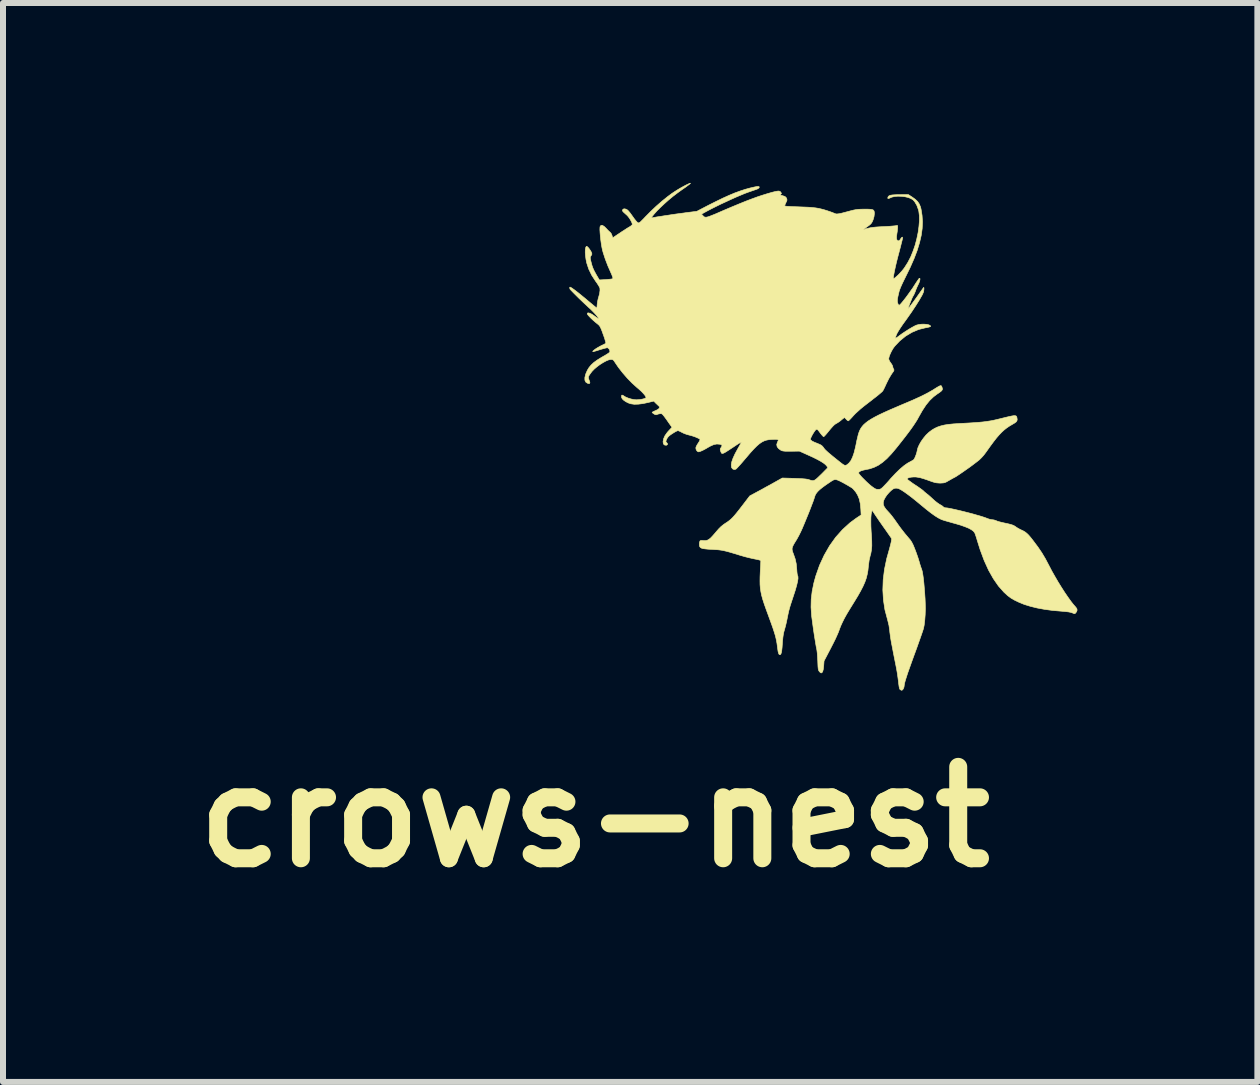
<source format=kicad_pcb>
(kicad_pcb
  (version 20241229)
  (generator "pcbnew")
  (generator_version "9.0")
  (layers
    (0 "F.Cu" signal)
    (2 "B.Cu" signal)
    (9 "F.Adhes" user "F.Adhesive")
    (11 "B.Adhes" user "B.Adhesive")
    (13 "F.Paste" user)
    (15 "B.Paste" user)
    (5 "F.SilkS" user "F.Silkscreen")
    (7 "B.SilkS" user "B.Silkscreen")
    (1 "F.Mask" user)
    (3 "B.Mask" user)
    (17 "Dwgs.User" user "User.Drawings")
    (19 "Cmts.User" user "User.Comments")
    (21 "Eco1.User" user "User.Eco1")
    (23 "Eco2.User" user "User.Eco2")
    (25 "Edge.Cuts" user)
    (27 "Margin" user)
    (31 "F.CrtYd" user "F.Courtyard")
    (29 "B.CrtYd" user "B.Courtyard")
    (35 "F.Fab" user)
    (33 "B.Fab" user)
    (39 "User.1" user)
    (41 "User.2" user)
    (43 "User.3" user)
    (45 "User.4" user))
  (footprint "crows-nest"
    (layer "F.Cu")
    (at 10.675 4.219)
    (property "Reference" "crows-nest" (at -3.81 6.35 0) (layer "F.SilkS") (effects (font (size 1.524 1.524) (thickness 0.3))))
    (attr through_hole)
    (fp_poly (pts (xy -2.214 -4.214) (xy -2.218 -4.208) (xy -2.235 -4.194) (xy -2.263 -4.173) (xy -2.299 -4.146) (xy -2.343 -4.116) (xy -2.357 -4.106) (xy -2.428 -4.055) (xy -2.503 -3.998) (xy -2.578 -3.936) (xy -2.65 -3.872) (xy -2.716 -3.81) (xy -2.774 -3.752) (xy -2.82 -3.7) (xy -2.824 -3.695) (xy -2.873 -3.634) (xy -2.844 -3.64) (xy -2.815 -3.645) (xy -2.772 -3.653) (xy -2.717 -3.661) (xy -2.655 -3.671) (xy -2.587 -3.681) (xy -2.517 -3.692) (xy -2.447 -3.702) (xy -2.38 -3.711) (xy -2.318 -3.719) (xy -2.292 -3.723) (xy -2.108 -3.746) (xy -1.916 -3.846) (xy -1.788 -3.91) (xy -1.673 -3.966) (xy -1.569 -4.013) (xy -1.473 -4.053) (xy -1.382 -4.086) (xy -1.296 -4.114) (xy -1.211 -4.137) (xy -1.2 -4.139) (xy -1.15 -4.151) (xy -1.114 -4.158) (xy -1.089 -4.161) (xy -1.075 -4.159) (xy -1.068 -4.154) (xy -1.067 -4.146) (xy -1.075 -4.133) (xy -1.097 -4.119) (xy -1.11 -4.114) (xy -1.135 -4.105) (xy -1.171 -4.093) (xy -1.214 -4.078) (xy -1.257 -4.063) (xy -1.311 -4.043) (xy -1.378 -4.015) (xy -1.454 -3.983) (xy -1.536 -3.946) (xy -1.622 -3.906) (xy -1.709 -3.866) (xy -1.792 -3.825) (xy -1.87 -3.786) (xy -1.94 -3.749) (xy -1.993 -3.72) (xy -2.03 -3.699) (xy -2.01 -3.678) (xy -1.999 -3.666) (xy -1.988 -3.656) (xy -1.977 -3.65) (xy -1.963 -3.648) (xy -1.944 -3.649) (xy -1.92 -3.655) (xy -1.888 -3.666) (xy -1.847 -3.682) (xy -1.795 -3.703) (xy -1.731 -3.731) (xy -1.662 -3.761) (xy -1.525 -3.819) (xy -1.402 -3.87) (xy -1.291 -3.915) (xy -1.191 -3.953) (xy -1.098 -3.987) (xy -1.013 -4.015) (xy -0.933 -4.04) (xy -0.856 -4.062) (xy -0.853 -4.063) (xy -0.804 -4.075) (xy -0.768 -4.082) (xy -0.743 -4.084) (xy -0.726 -4.08) (xy -0.714 -4.072) (xy -0.708 -4.064) (xy -0.698 -4.048) (xy -0.7 -4.038) (xy -0.708 -4.032) (xy -0.719 -4.022) (xy -0.719 -4.018) (xy -0.71 -4.016) (xy -0.689 -4.01) (xy -0.67 -4.004) (xy -0.64 -3.994) (xy -0.622 -3.979) (xy -0.612 -3.963) (xy -0.606 -3.944) (xy -0.606 -3.928) (xy -0.615 -3.906) (xy -0.624 -3.888) (xy -0.636 -3.861) (xy -0.642 -3.841) (xy -0.641 -3.835) (xy -0.632 -3.833) (xy -0.608 -3.83) (xy -0.572 -3.828) (xy -0.525 -3.825) (xy -0.471 -3.823) (xy -0.41 -3.821) (xy -0.394 -3.82) (xy -0.31 -3.817) (xy -0.239 -3.814) (xy -0.179 -3.809) (xy -0.126 -3.803) (xy -0.078 -3.795) (xy -0.03 -3.784) (xy 0.018 -3.771) (xy 0.072 -3.754) (xy 0.083 -3.75) (xy 0.119 -3.738) (xy 0.152 -3.726) (xy 0.177 -3.716) (xy 0.185 -3.713) (xy 0.201 -3.706) (xy 0.219 -3.702) (xy 0.241 -3.703) (xy 0.269 -3.707) (xy 0.307 -3.715) (xy 0.357 -3.728) (xy 0.406 -3.741) (xy 0.462 -3.756) (xy 0.506 -3.767) (xy 0.545 -3.774) (xy 0.582 -3.779) (xy 0.623 -3.781) (xy 0.673 -3.782) (xy 0.682 -3.782) (xy 0.739 -3.782) (xy 0.782 -3.78) (xy 0.812 -3.776) (xy 0.832 -3.769) (xy 0.844 -3.756) (xy 0.85 -3.739) (xy 0.852 -3.716) (xy 0.852 -3.708) (xy 0.846 -3.658) (xy 0.83 -3.603) (xy 0.829 -3.601) (xy 0.817 -3.573) (xy 0.805 -3.552) (xy 0.789 -3.533) (xy 0.766 -3.513) (xy 0.732 -3.489) (xy 0.703 -3.468) (xy 0.682 -3.452) (xy 0.673 -3.443) (xy 0.674 -3.442) (xy 0.714 -3.455) (xy 0.752 -3.465) (xy 0.79 -3.473) (xy 0.831 -3.479) (xy 0.88 -3.484) (xy 0.94 -3.488) (xy 1.003 -3.491) (xy 1.06 -3.494) (xy 1.112 -3.497) (xy 1.157 -3.501) (xy 1.192 -3.504) (xy 1.215 -3.507) (xy 1.222 -3.509) (xy 1.234 -3.512) (xy 1.239 -3.503) (xy 1.24 -3.48) (xy 1.238 -3.448) (xy 1.233 -3.407) (xy 1.228 -3.377) (xy 1.221 -3.323) (xy 1.222 -3.285) (xy 1.232 -3.263) (xy 1.245 -3.255) (xy 1.262 -3.255) (xy 1.278 -3.269) (xy 1.286 -3.282) (xy 1.305 -3.308) (xy 1.318 -3.316) (xy 1.323 -3.305) (xy 1.323 -3.302) (xy 1.32 -3.288) (xy 1.313 -3.257) (xy 1.301 -3.211) (xy 1.287 -3.154) (xy 1.27 -3.09) (xy 1.265 -3.07) (xy 1.242 -2.984) (xy 1.221 -2.901) (xy 1.203 -2.824) (xy 1.188 -2.755) (xy 1.177 -2.698) (xy 1.169 -2.655) (xy 1.167 -2.629) (xy 1.167 -2.624) (xy 1.175 -2.624) (xy 1.192 -2.635) (xy 1.217 -2.656) (xy 1.247 -2.683) (xy 1.278 -2.715) (xy 1.309 -2.749) (xy 1.337 -2.783) (xy 1.356 -2.809) (xy 1.411 -2.896) (xy 1.459 -2.989) (xy 1.498 -3.085) (xy 1.532 -3.184) (xy 1.559 -3.287) (xy 1.581 -3.392) (xy 1.595 -3.493) (xy 1.603 -3.588) (xy 1.602 -3.673) (xy 1.593 -3.745) (xy 1.588 -3.768) (xy 1.56 -3.845) (xy 1.524 -3.906) (xy 1.498 -3.935) (xy 1.463 -3.958) (xy 1.417 -3.976) (xy 1.362 -3.989) (xy 1.303 -3.996) (xy 1.244 -3.998) (xy 1.189 -3.993) (xy 1.142 -3.982) (xy 1.129 -3.976) (xy 1.099 -3.963) (xy 1.082 -3.959) (xy 1.075 -3.964) (xy 1.077 -3.977) (xy 1.078 -3.98) (xy 1.085 -3.995) (xy 1.099 -4.006) (xy 1.12 -4.014) (xy 1.152 -4.019) (xy 1.196 -4.022) (xy 1.254 -4.024) (xy 1.273 -4.024) (xy 1.418 -4.025) (xy 1.48 -3.985) (xy 1.533 -3.947) (xy 1.573 -3.909) (xy 1.601 -3.867) (xy 1.621 -3.819) (xy 1.63 -3.783) (xy 1.647 -3.677) (xy 1.654 -3.57) (xy 1.649 -3.459) (xy 1.633 -3.345) (xy 1.605 -3.224) (xy 1.566 -3.096) (xy 1.514 -2.959) (xy 1.449 -2.811) (xy 1.384 -2.678) (xy 1.346 -2.601) (xy 1.316 -2.539) (xy 1.293 -2.488) (xy 1.277 -2.448) (xy 1.265 -2.413) (xy 1.258 -2.384) (xy 1.245 -2.328) (xy 1.237 -2.287) (xy 1.235 -2.258) (xy 1.236 -2.236) (xy 1.241 -2.216) (xy 1.244 -2.209) (xy 1.254 -2.186) (xy 1.264 -2.181) (xy 1.274 -2.186) (xy 1.29 -2.201) (xy 1.316 -2.231) (xy 1.347 -2.27) (xy 1.383 -2.316) (xy 1.42 -2.367) (xy 1.457 -2.419) (xy 1.492 -2.468) (xy 1.52 -2.513) (xy 1.522 -2.515) (xy 1.548 -2.556) (xy 1.572 -2.591) (xy 1.59 -2.617) (xy 1.6 -2.629) (xy 1.601 -2.629) (xy 1.611 -2.628) (xy 1.612 -2.611) (xy 1.607 -2.584) (xy 1.594 -2.549) (xy 1.582 -2.524) (xy 1.562 -2.482) (xy 1.543 -2.436) (xy 1.534 -2.41) (xy 1.52 -2.376) (xy 1.507 -2.349) (xy 1.501 -2.339) (xy 1.492 -2.324) (xy 1.479 -2.297) (xy 1.464 -2.26) (xy 1.448 -2.221) (xy 1.433 -2.182) (xy 1.422 -2.15) (xy 1.416 -2.129) (xy 1.416 -2.124) (xy 1.422 -2.13) (xy 1.438 -2.15) (xy 1.461 -2.181) (xy 1.49 -2.22) (xy 1.522 -2.264) (xy 1.556 -2.311) (xy 1.59 -2.359) (xy 1.622 -2.405) (xy 1.65 -2.445) (xy 1.668 -2.47) (xy 1.675 -2.478) (xy 1.678 -2.469) (xy 1.678 -2.447) (xy 1.672 -2.404) (xy 1.652 -2.357) (xy 1.603 -2.271) (xy 1.543 -2.175) (xy 1.475 -2.072) (xy 1.4 -1.965) (xy 1.373 -1.927) (xy 1.327 -1.864) (xy 1.287 -1.805) (xy 1.255 -1.755) (xy 1.232 -1.715) (xy 1.224 -1.699) (xy 1.211 -1.666) (xy 1.203 -1.641) (xy 1.201 -1.63) (xy 1.209 -1.632) (xy 1.229 -1.644) (xy 1.255 -1.662) (xy 1.266 -1.671) (xy 1.318 -1.709) (xy 1.374 -1.746) (xy 1.429 -1.781) (xy 1.48 -1.811) (xy 1.524 -1.835) (xy 1.557 -1.85) (xy 1.558 -1.85) (xy 1.595 -1.859) (xy 1.636 -1.864) (xy 1.678 -1.865) (xy 1.718 -1.862) (xy 1.751 -1.856) (xy 1.776 -1.846) (xy 1.789 -1.834) (xy 1.79 -1.828) (xy 1.782 -1.823) (xy 1.762 -1.816) (xy 1.731 -1.809) (xy 1.703 -1.804) (xy 1.59 -1.776) (xy 1.479 -1.729) (xy 1.372 -1.665) (xy 1.274 -1.585) (xy 1.19 -1.496) (xy 1.162 -1.457) (xy 1.136 -1.412) (xy 1.114 -1.365) (xy 1.098 -1.322) (xy 1.091 -1.289) (xy 1.091 -1.286) (xy 1.097 -1.265) (xy 1.112 -1.237) (xy 1.124 -1.22) (xy 1.143 -1.193) (xy 1.155 -1.169) (xy 1.158 -1.158) (xy 1.163 -1.135) (xy 1.171 -1.118) (xy 1.178 -1.106) (xy 1.178 -1.095) (xy 1.171 -1.079) (xy 1.154 -1.055) (xy 1.143 -1.04) (xy 1.121 -1.005) (xy 1.094 -0.959) (xy 1.068 -0.907) (xy 1.054 -0.879) (xy 1.033 -0.833) (xy 1.014 -0.793) (xy 0.998 -0.762) (xy 0.99 -0.749) (xy 0.977 -0.736) (xy 0.953 -0.715) (xy 0.919 -0.686) (xy 0.878 -0.653) (xy 0.832 -0.618) (xy 0.819 -0.607) (xy 0.741 -0.547) (xy 0.675 -0.496) (xy 0.62 -0.451) (xy 0.575 -0.41) (xy 0.535 -0.374) (xy 0.501 -0.338) (xy 0.48 -0.314) (xy 0.454 -0.286) (xy 0.433 -0.265) (xy 0.419 -0.254) (xy 0.416 -0.253) (xy 0.404 -0.259) (xy 0.386 -0.275) (xy 0.382 -0.28) (xy 0.365 -0.298) (xy 0.354 -0.307) (xy 0.353 -0.307) (xy 0.344 -0.302) (xy 0.325 -0.287) (xy 0.3 -0.267) (xy 0.297 -0.263) (xy 0.266 -0.239) (xy 0.235 -0.219) (xy 0.212 -0.206) (xy 0.19 -0.192) (xy 0.16 -0.163) (xy 0.121 -0.119) (xy 0.098 -0.091) (xy 0.068 -0.054) (xy 0.041 -0.022) (xy 0.02 0.000085) (xy 0.008 0.011) (xy 0.006 0.011) (xy -0.004 0.004) (xy -0.023 -0.016) (xy -0.046 -0.044) (xy -0.053 -0.054) (xy -0.077 -0.086) (xy -0.093 -0.104) (xy -0.104 -0.112) (xy -0.114 -0.11) (xy -0.124 -0.105) (xy -0.138 -0.089) (xy -0.156 -0.063) (xy -0.177 -0.03) (xy -0.195 0.004) (xy -0.209 0.034) (xy -0.215 0.053) (xy -0.215 0.054) (xy -0.207 0.068) (xy -0.184 0.086) (xy -0.147 0.104) (xy -0.109 0.119) (xy -0.068 0.136) (xy -0.039 0.15) (xy -0.017 0.167) (xy 0.002 0.189) (xy 0.012 0.204) (xy 0.022 0.217) (xy 0.036 0.232) (xy 0.056 0.251) (xy 0.082 0.275) (xy 0.117 0.304) (xy 0.161 0.341) (xy 0.217 0.386) (xy 0.286 0.441) (xy 0.287 0.442) (xy 0.324 0.47) (xy 0.351 0.486) (xy 0.373 0.489) (xy 0.394 0.48) (xy 0.418 0.46) (xy 0.431 0.448) (xy 0.461 0.409) (xy 0.488 0.354) (xy 0.513 0.282) (xy 0.536 0.19) (xy 0.546 0.143) (xy 0.557 0.086) (xy 0.57 0.031) (xy 0.581 -0.015) (xy 0.588 -0.041) (xy 0.602 -0.08) (xy 0.619 -0.116) (xy 0.641 -0.15) (xy 0.668 -0.183) (xy 0.703 -0.215) (xy 0.745 -0.248) (xy 0.797 -0.281) (xy 0.858 -0.316) (xy 0.93 -0.353) (xy 1.015 -0.393) (xy 1.113 -0.437) (xy 1.225 -0.485) (xy 1.297 -0.516) (xy 1.399 -0.559) (xy 1.486 -0.596) (xy 1.561 -0.63) (xy 1.627 -0.66) (xy 1.685 -0.689) (xy 1.737 -0.716) (xy 1.785 -0.743) (xy 1.832 -0.77) (xy 1.852 -0.783) (xy 1.895 -0.81) (xy 1.926 -0.828) (xy 1.947 -0.838) (xy 1.96 -0.84) (xy 1.969 -0.836) (xy 1.975 -0.825) (xy 1.979 -0.815) (xy 1.986 -0.792) (xy 1.985 -0.773) (xy 1.974 -0.755) (xy 1.951 -0.736) (xy 1.916 -0.711) (xy 1.91 -0.708) (xy 1.84 -0.656) (xy 1.774 -0.593) (xy 1.712 -0.517) (xy 1.651 -0.424) (xy 1.588 -0.313) (xy 1.585 -0.307) (xy 1.563 -0.267) (xy 1.535 -0.223) (xy 1.502 -0.173) (xy 1.462 -0.116) (xy 1.413 -0.05) (xy 1.355 0.026) (xy 1.286 0.114) (xy 1.216 0.202) (xy 1.135 0.298) (xy 1.06 0.377) (xy 0.988 0.439) (xy 0.917 0.488) (xy 0.845 0.523) (xy 0.769 0.548) (xy 0.712 0.559) (xy 0.663 0.57) (xy 0.625 0.582) (xy 0.6 0.597) (xy 0.589 0.612) (xy 0.589 0.618) (xy 0.598 0.633) (xy 0.618 0.658) (xy 0.646 0.689) (xy 0.68 0.723) (xy 0.716 0.759) (xy 0.754 0.794) (xy 0.788 0.824) (xy 0.798 0.832) (xy 0.834 0.859) (xy 0.86 0.876) (xy 0.881 0.886) (xy 0.902 0.889) (xy 0.914 0.889) (xy 0.93 0.889) (xy 0.944 0.887) (xy 0.959 0.881) (xy 0.975 0.869) (xy 0.995 0.851) (xy 1.021 0.824) (xy 1.056 0.787) (xy 1.1 0.738) (xy 1.12 0.714) (xy 1.203 0.625) (xy 1.277 0.553) (xy 1.344 0.496) (xy 1.405 0.453) (xy 1.427 0.441) (xy 1.458 0.424) (xy 1.485 0.409) (xy 1.502 0.399) (xy 1.505 0.397) (xy 1.518 0.38) (xy 1.533 0.349) (xy 1.548 0.31) (xy 1.56 0.271) (xy 1.566 0.243) (xy 1.577 0.198) (xy 1.6 0.146) (xy 1.632 0.09) (xy 1.671 0.035) (xy 1.713 -0.016) (xy 1.757 -0.058) (xy 1.764 -0.064) (xy 1.81 -0.099) (xy 1.856 -0.127) (xy 1.905 -0.15) (xy 1.958 -0.168) (xy 2.018 -0.183) (xy 2.087 -0.194) (xy 2.168 -0.202) (xy 2.262 -0.208) (xy 2.274 -0.209) (xy 2.374 -0.214) (xy 2.461 -0.219) (xy 2.535 -0.224) (xy 2.598 -0.229) (xy 2.654 -0.234) (xy 2.704 -0.24) (xy 2.751 -0.247) (xy 2.796 -0.254) (xy 2.841 -0.263) (xy 2.89 -0.274) (xy 2.943 -0.287) (xy 2.976 -0.295) (xy 3.045 -0.312) (xy 3.1 -0.325) (xy 3.143 -0.334) (xy 3.174 -0.339) (xy 3.196 -0.339) (xy 3.211 -0.336) (xy 3.22 -0.329) (xy 3.226 -0.317) (xy 3.229 -0.303) (xy 3.233 -0.276) (xy 3.229 -0.255) (xy 3.217 -0.237) (xy 3.194 -0.219) (xy 3.157 -0.197) (xy 3.157 -0.197) (xy 3.106 -0.167) (xy 3.06 -0.136) (xy 3.018 -0.103) (xy 2.976 -0.065) (xy 2.934 -0.021) (xy 2.888 0.032) (xy 2.839 0.095) (xy 2.782 0.172) (xy 2.718 0.262) (xy 2.708 0.276) (xy 2.676 0.318) (xy 2.638 0.361) (xy 2.602 0.396) (xy 2.6 0.398) (xy 2.571 0.421) (xy 2.533 0.45) (xy 2.487 0.485) (xy 2.437 0.522) (xy 2.384 0.559) (xy 2.333 0.595) (xy 2.285 0.628) (xy 2.243 0.656) (xy 2.211 0.677) (xy 2.191 0.688) (xy 2.166 0.701) (xy 2.132 0.72) (xy 2.095 0.741) (xy 2.088 0.745) (xy 2.053 0.765) (xy 2.026 0.777) (xy 2 0.782) (xy 1.967 0.784) (xy 1.947 0.785) (xy 1.915 0.783) (xy 1.884 0.78) (xy 1.852 0.773) (xy 1.814 0.761) (xy 1.766 0.744) (xy 1.745 0.736) (xy 1.674 0.712) (xy 1.616 0.695) (xy 1.567 0.686) (xy 1.544 0.683) (xy 1.502 0.683) (xy 1.464 0.686) (xy 1.432 0.693) (xy 1.409 0.702) (xy 1.399 0.714) (xy 1.399 0.718) (xy 1.407 0.727) (xy 1.428 0.743) (xy 1.458 0.765) (xy 1.495 0.792) (xy 1.527 0.813) (xy 1.57 0.841) (xy 1.608 0.868) (xy 1.639 0.89) (xy 1.66 0.906) (xy 1.667 0.912) (xy 1.683 0.928) (xy 1.707 0.948) (xy 1.723 0.961) (xy 1.749 0.981) (xy 1.782 1.01) (xy 1.817 1.042) (xy 1.831 1.055) (xy 1.866 1.086) (xy 1.902 1.114) (xy 1.934 1.136) (xy 1.944 1.142) (xy 1.971 1.157) (xy 1.992 1.172) (xy 2.001 1.181) (xy 2.016 1.192) (xy 2.038 1.197) (xy 2.041 1.197) (xy 2.066 1.199) (xy 2.105 1.206) (xy 2.155 1.216) (xy 2.213 1.229) (xy 2.278 1.244) (xy 2.347 1.261) (xy 2.418 1.279) (xy 2.487 1.297) (xy 2.553 1.316) (xy 2.613 1.333) (xy 2.664 1.349) (xy 2.705 1.363) (xy 2.731 1.373) (xy 2.764 1.385) (xy 2.797 1.393) (xy 2.814 1.395) (xy 2.846 1.399) (xy 2.876 1.409) (xy 2.881 1.411) (xy 2.9 1.419) (xy 2.932 1.429) (xy 2.972 1.439) (xy 3.015 1.449) (xy 3.02 1.45) (xy 3.077 1.462) (xy 3.12 1.473) (xy 3.153 1.483) (xy 3.179 1.494) (xy 3.2 1.507) (xy 3.214 1.517) (xy 3.235 1.531) (xy 3.265 1.548) (xy 3.298 1.565) (xy 3.299 1.565) (xy 3.335 1.582) (xy 3.365 1.6) (xy 3.393 1.622) (xy 3.422 1.65) (xy 3.455 1.688) (xy 3.495 1.739) (xy 3.504 1.751) (xy 3.579 1.851) (xy 3.644 1.947) (xy 3.703 2.046) (xy 3.761 2.156) (xy 3.768 2.169) (xy 3.811 2.252) (xy 3.861 2.34) (xy 3.914 2.431) (xy 3.969 2.52) (xy 4.024 2.606) (xy 4.078 2.685) (xy 4.128 2.755) (xy 4.172 2.811) (xy 4.204 2.847) (xy 4.226 2.876) (xy 4.232 2.902) (xy 4.223 2.929) (xy 4.213 2.942) (xy 4.201 2.957) (xy 4.19 2.962) (xy 4.174 2.958) (xy 4.153 2.949) (xy 4.126 2.94) (xy 4.086 2.932) (xy 4.032 2.926) (xy 3.965 2.92) (xy 3.824 2.908) (xy 3.691 2.89) (xy 3.566 2.867) (xy 3.452 2.839) (xy 3.352 2.808) (xy 3.344 2.805) (xy 3.261 2.771) (xy 3.19 2.737) (xy 3.128 2.701) (xy 3.073 2.66) (xy 3.02 2.611) (xy 3.013 2.605) (xy 2.92 2.5) (xy 2.835 2.377) (xy 2.755 2.235) (xy 2.682 2.074) (xy 2.615 1.894) (xy 2.567 1.741) (xy 2.553 1.693) (xy 2.539 1.652) (xy 2.528 1.622) (xy 2.522 1.61) (xy 2.501 1.585) (xy 2.468 1.561) (xy 2.422 1.536) (xy 2.363 1.512) (xy 2.29 1.486) (xy 2.201 1.46) (xy 2.164 1.45) (xy 2.112 1.435) (xy 2.062 1.421) (xy 2.018 1.408) (xy 1.984 1.397) (xy 1.963 1.389) (xy 1.962 1.388) (xy 1.915 1.364) (xy 1.858 1.328) (xy 1.79 1.279) (xy 1.71 1.216) (xy 1.618 1.14) (xy 1.543 1.078) (xy 1.473 1.022) (xy 1.408 0.973) (xy 1.351 0.932) (xy 1.303 0.901) (xy 1.266 0.881) (xy 1.246 0.873) (xy 1.216 0.869) (xy 1.187 0.872) (xy 1.187 0.872) (xy 1.161 0.885) (xy 1.129 0.91) (xy 1.095 0.944) (xy 1.062 0.982) (xy 1.035 1.021) (xy 1.011 1.066) (xy 1 1.106) (xy 1.001 1.144) (xy 1.017 1.181) (xy 1.046 1.222) (xy 1.08 1.259) (xy 1.11 1.292) (xy 1.146 1.336) (xy 1.183 1.385) (xy 1.216 1.432) (xy 1.252 1.483) (xy 1.291 1.537) (xy 1.33 1.587) (xy 1.359 1.624) (xy 1.39 1.661) (xy 1.42 1.697) (xy 1.445 1.726) (xy 1.456 1.74) (xy 1.475 1.77) (xy 1.499 1.817) (xy 1.524 1.878) (xy 1.551 1.949) (xy 1.578 2.026) (xy 1.599 2.094) (xy 1.613 2.143) (xy 1.628 2.189) (xy 1.641 2.225) (xy 1.645 2.237) (xy 1.652 2.265) (xy 1.66 2.312) (xy 1.669 2.375) (xy 1.677 2.449) (xy 1.684 2.532) (xy 1.691 2.62) (xy 1.697 2.71) (xy 1.7 2.784) (xy 1.702 2.879) (xy 1.699 2.977) (xy 1.692 3.07) (xy 1.682 3.154) (xy 1.673 3.199) (xy 1.667 3.221) (xy 1.654 3.261) (xy 1.635 3.316) (xy 1.612 3.382) (xy 1.585 3.458) (xy 1.556 3.54) (xy 1.524 3.627) (xy 1.521 3.635) (xy 1.477 3.756) (xy 1.44 3.86) (xy 1.409 3.947) (xy 1.386 4.018) (xy 1.368 4.075) (xy 1.356 4.119) (xy 1.35 4.152) (xy 1.348 4.172) (xy 1.342 4.198) (xy 1.329 4.223) (xy 1.313 4.238) (xy 1.307 4.239) (xy 1.289 4.232) (xy 1.279 4.225) (xy 1.271 4.21) (xy 1.264 4.178) (xy 1.257 4.128) (xy 1.253 4.091) (xy 1.245 4.03) (xy 1.235 3.958) (xy 1.222 3.884) (xy 1.211 3.827) (xy 1.187 3.707) (xy 1.167 3.606) (xy 1.151 3.521) (xy 1.137 3.451) (xy 1.127 3.393) (xy 1.119 3.344) (xy 1.114 3.303) (xy 1.109 3.266) (xy 1.108 3.249) (xy 1.095 3.157) (xy 1.074 3.071) (xy 1.07 3.056) (xy 1.028 2.898) (xy 1.003 2.735) (xy 0.993 2.567) (xy 0.999 2.395) (xy 1.021 2.22) (xy 1.058 2.043) (xy 1.087 1.94) (xy 1.102 1.886) (xy 1.116 1.834) (xy 1.127 1.79) (xy 1.133 1.764) (xy 1.141 1.711) (xy 1.04 1.566) (xy 1.001 1.511) (xy 0.961 1.454) (xy 0.923 1.399) (xy 0.891 1.352) (xy 0.876 1.33) (xy 0.815 1.238) (xy 0.804 1.274) (xy 0.798 1.308) (xy 0.794 1.36) (xy 0.793 1.426) (xy 0.794 1.503) (xy 0.798 1.588) (xy 0.803 1.655) (xy 0.808 1.752) (xy 0.809 1.833) (xy 0.803 1.901) (xy 0.792 1.962) (xy 0.782 1.996) (xy 0.765 2.07) (xy 0.753 2.16) (xy 0.752 2.169) (xy 0.745 2.239) (xy 0.733 2.305) (xy 0.717 2.37) (xy 0.694 2.435) (xy 0.663 2.505) (xy 0.624 2.581) (xy 0.576 2.666) (xy 0.517 2.763) (xy 0.501 2.789) (xy 0.441 2.886) (xy 0.391 2.969) (xy 0.351 3.041) (xy 0.319 3.105) (xy 0.293 3.162) (xy 0.272 3.215) (xy 0.264 3.238) (xy 0.251 3.273) (xy 0.23 3.321) (xy 0.203 3.381) (xy 0.17 3.448) (xy 0.134 3.518) (xy 0.126 3.534) (xy 0.013 3.75) (xy 0.007 3.831) (xy -0.00013 3.891) (xy -0.011 3.931) (xy -0.027 3.949) (xy -0.045 3.947) (xy -0.067 3.925) (xy -0.075 3.912) (xy -0.081 3.897) (xy -0.085 3.876) (xy -0.088 3.844) (xy -0.09 3.798) (xy -0.092 3.747) (xy -0.096 3.681) (xy -0.1 3.621) (xy -0.106 3.572) (xy -0.111 3.542) (xy -0.119 3.506) (xy -0.128 3.452) (xy -0.139 3.385) (xy -0.151 3.31) (xy -0.163 3.23) (xy -0.174 3.15) (xy -0.184 3.075) (xy -0.193 3.008) (xy -0.195 2.987) (xy -0.204 2.853) (xy -0.201 2.721) (xy -0.185 2.588) (xy -0.157 2.45) (xy -0.125 2.334) (xy -0.062 2.155) (xy 0.015 1.988) (xy 0.105 1.831) (xy 0.207 1.688) (xy 0.321 1.56) (xy 0.445 1.447) (xy 0.548 1.371) (xy 0.631 1.316) (xy 0.626 1.219) (xy 0.617 1.127) (xy 0.6 1.05) (xy 0.573 0.985) (xy 0.544 0.937) (xy 0.519 0.906) (xy 0.495 0.879) (xy 0.477 0.864) (xy 0.404 0.82) (xy 0.34 0.784) (xy 0.287 0.756) (xy 0.246 0.737) (xy 0.218 0.728) (xy 0.215 0.727) (xy 0.2 0.726) (xy 0.185 0.728) (xy 0.168 0.734) (xy 0.146 0.746) (xy 0.117 0.765) (xy 0.077 0.792) (xy 0.046 0.813) (xy -0.013 0.856) (xy -0.059 0.893) (xy -0.093 0.926) (xy -0.118 0.957) (xy -0.135 0.988) (xy -0.147 1.022) (xy -0.149 1.031) (xy -0.157 1.055) (xy -0.171 1.095) (xy -0.192 1.149) (xy -0.217 1.215) (xy -0.246 1.289) (xy -0.279 1.369) (xy -0.313 1.452) (xy -0.348 1.535) (xy -0.349 1.538) (xy -0.376 1.597) (xy -0.408 1.661) (xy -0.441 1.721) (xy -0.459 1.75) (xy -0.489 1.799) (xy -0.509 1.838) (xy -0.519 1.869) (xy -0.519 1.899) (xy -0.511 1.931) (xy -0.496 1.97) (xy -0.469 2.047) (xy -0.451 2.128) (xy -0.442 2.222) (xy -0.442 2.225) (xy -0.439 2.267) (xy -0.435 2.301) (xy -0.431 2.32) (xy -0.43 2.322) (xy -0.422 2.343) (xy -0.421 2.378) (xy -0.429 2.427) (xy -0.444 2.491) (xy -0.467 2.572) (xy -0.499 2.67) (xy -0.504 2.685) (xy -0.529 2.761) (xy -0.549 2.822) (xy -0.564 2.874) (xy -0.577 2.923) (xy -0.588 2.974) (xy -0.6 3.033) (xy -0.603 3.049) (xy -0.615 3.106) (xy -0.63 3.169) (xy -0.645 3.223) (xy -0.657 3.265) (xy -0.666 3.308) (xy -0.673 3.357) (xy -0.679 3.419) (xy -0.682 3.46) (xy -0.687 3.53) (xy -0.693 3.582) (xy -0.7 3.616) (xy -0.708 3.636) (xy -0.718 3.645) (xy -0.723 3.646) (xy -0.736 3.641) (xy -0.745 3.623) (xy -0.754 3.59) (xy -0.761 3.539) (xy -0.765 3.512) (xy -0.771 3.463) (xy -0.779 3.417) (xy -0.789 3.37) (xy -0.802 3.319) (xy -0.82 3.261) (xy -0.842 3.194) (xy -0.871 3.113) (xy -0.906 3.017) (xy -0.912 3) (xy -0.951 2.894) (xy -0.983 2.804) (xy -1.008 2.727) (xy -1.027 2.659) (xy -1.04 2.597) (xy -1.049 2.538) (xy -1.054 2.478) (xy -1.055 2.415) (xy -1.054 2.345) (xy -1.051 2.277) (xy -1.048 2.216) (xy -1.045 2.163) (xy -1.043 2.12) (xy -1.042 2.093) (xy -1.042 2.086) (xy -1.044 2.078) (xy -1.053 2.071) (xy -1.072 2.065) (xy -1.102 2.058) (xy -1.143 2.05) (xy -1.19 2.04) (xy -1.246 2.027) (xy -1.305 2.012) (xy -1.361 1.996) (xy -1.373 1.993) (xy -1.452 1.968) (xy -1.517 1.949) (xy -1.571 1.933) (xy -1.617 1.921) (xy -1.655 1.912) (xy -1.69 1.905) (xy -1.724 1.9) (xy -1.758 1.896) (xy -1.795 1.894) (xy -1.838 1.891) (xy -1.852 1.89) (xy -1.917 1.887) (xy -1.967 1.882) (xy -2.004 1.877) (xy -2.031 1.869) (xy -2.048 1.859) (xy -2.059 1.845) (xy -2.064 1.828) (xy -2.065 1.815) (xy -2.065 1.783) (xy -2.059 1.759) (xy -2.053 1.747) (xy -2.042 1.742) (xy -2.022 1.741) (xy -1.998 1.743) (xy -1.966 1.744) (xy -1.938 1.739) (xy -1.911 1.726) (xy -1.881 1.703) (xy -1.847 1.668) (xy -1.805 1.62) (xy -1.79 1.602) (xy -1.745 1.55) (xy -1.706 1.511) (xy -1.668 1.48) (xy -1.637 1.458) (xy -1.601 1.435) (xy -1.57 1.412) (xy -1.542 1.389) (xy -1.513 1.361) (xy -1.482 1.327) (xy -1.447 1.285) (xy -1.404 1.231) (xy -1.359 1.173) (xy -1.226 0.999) (xy -1.082 0.921) (xy -1.024 0.89) (xy -0.96 0.854) (xy -0.895 0.819) (xy -0.836 0.786) (xy -0.811 0.772) (xy -0.683 0.7) (xy -0.484 0.706) (xy -0.409 0.709) (xy -0.348 0.712) (xy -0.3 0.716) (xy -0.264 0.721) (xy -0.238 0.728) (xy -0.236 0.729) (xy -0.206 0.739) (xy -0.182 0.744) (xy -0.162 0.743) (xy -0.141 0.734) (xy -0.117 0.717) (xy -0.086 0.689) (xy -0.046 0.65) (xy -0.036 0.641) (xy -0.000192 0.605) (xy 0.031 0.573) (xy 0.055 0.549) (xy 0.07 0.534) (xy 0.074 0.531) (xy 0.071 0.521) (xy 0.06 0.503) (xy 0.057 0.499) (xy 0.036 0.476) (xy 0.004 0.451) (xy -0.04 0.423) (xy -0.098 0.391) (xy -0.17 0.355) (xy -0.238 0.324) (xy -0.398 0.252) (xy -0.536 0.254) (xy -0.59 0.254) (xy -0.63 0.254) (xy -0.66 0.251) (xy -0.682 0.247) (xy -0.699 0.241) (xy -0.707 0.237) (xy -0.746 0.209) (xy -0.769 0.178) (xy -0.776 0.143) (xy -0.766 0.107) (xy -0.76 0.095) (xy -0.752 0.078) (xy -0.75 0.067) (xy -0.758 0.059) (xy -0.776 0.056) (xy -0.807 0.055) (xy -0.852 0.057) (xy -0.862 0.057) (xy -0.907 0.061) (xy -0.949 0.069) (xy -0.987 0.082) (xy -1.026 0.102) (xy -1.065 0.129) (xy -1.108 0.166) (xy -1.156 0.214) (xy -1.211 0.274) (xy -1.274 0.348) (xy -1.31 0.39) (xy -1.35 0.437) (xy -1.386 0.478) (xy -1.418 0.513) (xy -1.442 0.539) (xy -1.456 0.552) (xy -1.458 0.553) (xy -1.486 0.559) (xy -1.512 0.548) (xy -1.529 0.525) (xy -1.53 0.52) (xy -1.534 0.481) (xy -1.526 0.432) (xy -1.505 0.371) (xy -1.472 0.299) (xy -1.426 0.214) (xy -1.414 0.192) (xy -1.393 0.156) (xy -1.377 0.126) (xy -1.369 0.107) (xy -1.367 0.102) (xy -1.376 0.105) (xy -1.396 0.117) (xy -1.427 0.136) (xy -1.465 0.161) (xy -1.508 0.19) (xy -1.51 0.191) (xy -1.566 0.228) (xy -1.609 0.256) (xy -1.642 0.276) (xy -1.665 0.287) (xy -1.681 0.291) (xy -1.692 0.289) (xy -1.7 0.28) (xy -1.706 0.266) (xy -1.709 0.259) (xy -1.717 0.233) (xy -1.718 0.217) (xy -1.71 0.201) (xy -1.705 0.194) (xy -1.69 0.169) (xy -1.69 0.153) (xy -1.704 0.142) (xy -1.725 0.137) (xy -1.775 0.133) (xy -1.826 0.143) (xy -1.882 0.168) (xy -1.906 0.181) (xy -1.961 0.213) (xy -2.008 0.238) (xy -2.047 0.255) (xy -2.074 0.263) (xy -2.079 0.264) (xy -2.101 0.254) (xy -2.118 0.23) (xy -2.125 0.199) (xy -2.119 0.178) (xy -2.104 0.148) (xy -2.086 0.12) (xy -2.066 0.088) (xy -2.056 0.065) (xy -2.055 0.055) (xy -2.07 0.044) (xy -2.097 0.031) (xy -2.132 0.016) (xy -2.172 0.002) (xy -2.212 -0.01) (xy -2.237 -0.016) (xy -2.277 -0.027) (xy -2.321 -0.043) (xy -2.356 -0.06) (xy -2.385 -0.075) (xy -2.41 -0.086) (xy -2.424 -0.09) (xy -2.424 -0.09) (xy -2.44 -0.084) (xy -2.467 -0.071) (xy -2.498 -0.052) (xy -2.531 -0.031) (xy -2.56 -0.01) (xy -2.581 0.008) (xy -2.586 0.014) (xy -2.605 0.041) (xy -2.617 0.067) (xy -2.624 0.088) (xy -2.62 0.101) (xy -2.612 0.108) (xy -2.597 0.127) (xy -2.598 0.143) (xy -2.613 0.153) (xy -2.624 0.154) (xy -2.651 0.148) (xy -2.666 0.128) (xy -2.671 0.094) (xy -2.662 0.046) (xy -2.639 -0.006) (xy -2.601 -0.06) (xy -2.578 -0.086) (xy -2.522 -0.145) (xy -2.57 -0.212) (xy -2.608 -0.267) (xy -2.637 -0.307) (xy -2.659 -0.336) (xy -2.675 -0.355) (xy -2.686 -0.366) (xy -2.696 -0.371) (xy -2.705 -0.373) (xy -2.712 -0.373) (xy -2.741 -0.369) (xy -2.766 -0.361) (xy -2.787 -0.354) (xy -2.807 -0.359) (xy -2.822 -0.368) (xy -2.841 -0.381) (xy -2.852 -0.392) (xy -2.853 -0.395) (xy -2.845 -0.401) (xy -2.826 -0.411) (xy -2.799 -0.423) (xy -2.798 -0.423) (xy -2.761 -0.441) (xy -2.738 -0.459) (xy -2.729 -0.478) (xy -2.736 -0.494) (xy -2.74 -0.498) (xy -2.755 -0.512) (xy -2.777 -0.533) (xy -2.791 -0.546) (xy -2.826 -0.582) (xy -2.916 -0.56) (xy -3.004 -0.541) (xy -3.083 -0.531) (xy -3.151 -0.529) (xy -3.206 -0.537) (xy -3.209 -0.537) (xy -3.252 -0.552) (xy -3.291 -0.572) (xy -3.325 -0.595) (xy -3.35 -0.619) (xy -3.362 -0.641) (xy -3.362 -0.642) (xy -3.364 -0.671) (xy -3.356 -0.683) (xy -3.339 -0.678) (xy -3.328 -0.67) (xy -3.297 -0.651) (xy -3.255 -0.633) (xy -3.207 -0.618) (xy -3.159 -0.608) (xy -3.117 -0.604) (xy -3.082 -0.606) (xy -3.044 -0.61) (xy -3.008 -0.617) (xy -2.979 -0.625) (xy -2.96 -0.634) (xy -2.957 -0.636) (xy -2.957 -0.651) (xy -2.97 -0.674) (xy -2.995 -0.705) (xy -3.03 -0.742) (xy -3.075 -0.783) (xy -3.106 -0.809) (xy -3.185 -0.88) (xy -3.266 -0.963) (xy -3.344 -1.053) (xy -3.415 -1.144) (xy -3.465 -1.217) (xy -3.485 -1.248) (xy -3.5 -1.266) (xy -3.515 -1.274) (xy -3.534 -1.276) (xy -3.546 -1.276) (xy -3.579 -1.269) (xy -3.622 -1.251) (xy -3.67 -1.225) (xy -3.721 -1.193) (xy -3.771 -1.156) (xy -3.816 -1.118) (xy -3.853 -1.08) (xy -3.861 -1.07) (xy -3.885 -1.038) (xy -3.904 -1.01) (xy -3.914 -0.99) (xy -3.915 -0.987) (xy -3.914 -0.963) (xy -3.904 -0.931) (xy -3.902 -0.927) (xy -3.891 -0.896) (xy -3.894 -0.878) (xy -3.91 -0.874) (xy -3.931 -0.88) (xy -3.959 -0.899) (xy -3.974 -0.93) (xy -3.975 -0.973) (xy -3.962 -1.027) (xy -3.956 -1.044) (xy -3.933 -1.096) (xy -3.905 -1.142) (xy -3.87 -1.184) (xy -3.826 -1.225) (xy -3.771 -1.265) (xy -3.702 -1.308) (xy -3.664 -1.33) (xy -3.626 -1.352) (xy -3.594 -1.372) (xy -3.57 -1.389) (xy -3.559 -1.4) (xy -3.558 -1.402) (xy -3.559 -1.425) (xy -3.57 -1.449) (xy -3.588 -1.467) (xy -3.601 -1.472) (xy -3.617 -1.469) (xy -3.645 -1.462) (xy -3.682 -1.452) (xy -3.723 -1.44) (xy -3.726 -1.439) (xy -3.766 -1.426) (xy -3.8 -1.416) (xy -3.826 -1.409) (xy -3.839 -1.406) (xy -3.839 -1.406) (xy -3.844 -1.41) (xy -3.835 -1.421) (xy -3.816 -1.437) (xy -3.79 -1.456) (xy -3.757 -1.476) (xy -3.722 -1.496) (xy -3.687 -1.514) (xy -3.673 -1.52) (xy -3.648 -1.532) (xy -3.631 -1.544) (xy -3.625 -1.55) (xy -3.627 -1.563) (xy -3.635 -1.592) (xy -3.647 -1.633) (xy -3.664 -1.681) (xy -3.67 -1.697) (xy -3.69 -1.753) (xy -3.706 -1.792) (xy -3.719 -1.819) (xy -3.731 -1.838) (xy -3.745 -1.853) (xy -3.758 -1.864) (xy -3.799 -1.897) (xy -3.839 -1.932) (xy -3.875 -1.966) (xy -3.904 -1.996) (xy -3.925 -2.02) (xy -3.934 -2.036) (xy -3.934 -2.037) (xy -3.931 -2.05) (xy -3.915 -2.053) (xy -3.89 -2.046) (xy -3.857 -2.03) (xy -3.82 -2.005) (xy -3.812 -1.999) (xy -3.784 -1.978) (xy -3.762 -1.964) (xy -3.749 -1.959) (xy -3.748 -1.959) (xy -3.75 -1.97) (xy -3.765 -1.991) (xy -3.788 -2.02) (xy -3.82 -2.055) (xy -3.857 -2.093) (xy -3.898 -2.132) (xy -3.911 -2.143) (xy -3.948 -2.178) (xy -3.99 -2.217) (xy -4.034 -2.259) (xy -4.079 -2.302) (xy -4.121 -2.344) (xy -4.159 -2.382) (xy -4.19 -2.414) (xy -4.212 -2.437) (xy -4.223 -2.451) (xy -4.228 -2.472) (xy -4.225 -2.481) (xy -4.219 -2.482) (xy -4.203 -2.474) (xy -4.177 -2.457) (xy -4.141 -2.431) (xy -4.094 -2.395) (xy -4.036 -2.348) (xy -3.965 -2.29) (xy -3.882 -2.22) (xy -3.824 -2.172) (xy -3.774 -2.131) (xy -3.769 -2.194) (xy -3.763 -2.241) (xy -3.753 -2.288) (xy -3.747 -2.308) (xy -3.729 -2.373) (xy -3.722 -2.429) (xy -3.724 -2.465) (xy -3.732 -2.484) (xy -3.749 -2.513) (xy -3.772 -2.549) (xy -3.796 -2.582) (xy -3.861 -2.682) (xy -3.91 -2.783) (xy -3.944 -2.886) (xy -3.956 -2.946) (xy -3.964 -3.006) (xy -3.968 -3.06) (xy -3.967 -3.107) (xy -3.961 -3.141) (xy -3.951 -3.16) (xy -3.945 -3.163) (xy -3.931 -3.155) (xy -3.911 -3.134) (xy -3.89 -3.105) (xy -3.871 -3.074) (xy -3.862 -3.054) (xy -3.857 -3.034) (xy -3.865 -3.015) (xy -3.869 -3.009) (xy -3.88 -2.992) (xy -3.885 -2.975) (xy -3.883 -2.952) (xy -3.875 -2.917) (xy -3.87 -2.897) (xy -3.856 -2.844) (xy -3.84 -2.799) (xy -3.82 -2.755) (xy -3.793 -2.705) (xy -3.78 -2.682) (xy -3.733 -2.602) (xy -3.626 -2.608) (xy -3.585 -2.612) (xy -3.549 -2.615) (xy -3.523 -2.619) (xy -3.509 -2.622) (xy -3.509 -2.623) (xy -3.507 -2.634) (xy -3.514 -2.659) (xy -3.53 -2.699) (xy -3.536 -2.712) (xy -3.591 -2.837) (xy -3.635 -2.952) (xy -3.668 -3.053) (xy -3.679 -3.092) (xy -3.69 -3.142) (xy -3.7 -3.201) (xy -3.709 -3.265) (xy -3.716 -3.328) (xy -3.721 -3.388) (xy -3.724 -3.438) (xy -3.723 -3.476) (xy -3.72 -3.493) (xy -3.705 -3.512) (xy -3.682 -3.512) (xy -3.651 -3.493) (xy -3.621 -3.464) (xy -3.595 -3.436) (xy -3.571 -3.412) (xy -3.554 -3.398) (xy -3.535 -3.375) (xy -3.522 -3.344) (xy -3.515 -3.319) (xy -3.511 -3.306) (xy -3.51 -3.305) (xy -3.502 -3.31) (xy -3.482 -3.323) (xy -3.453 -3.343) (xy -3.417 -3.367) (xy -3.397 -3.38) (xy -3.353 -3.41) (xy -3.309 -3.438) (xy -3.271 -3.463) (xy -3.241 -3.481) (xy -3.235 -3.484) (xy -3.209 -3.501) (xy -3.19 -3.517) (xy -3.183 -3.529) (xy -3.189 -3.553) (xy -3.205 -3.586) (xy -3.226 -3.622) (xy -3.251 -3.657) (xy -3.276 -3.684) (xy -3.279 -3.686) (xy -3.311 -3.715) (xy -3.332 -3.734) (xy -3.343 -3.747) (xy -3.348 -3.757) (xy -3.348 -3.765) (xy -3.346 -3.77) (xy -3.334 -3.784) (xy -3.312 -3.788) (xy -3.286 -3.781) (xy -3.262 -3.767) (xy -3.245 -3.749) (xy -3.221 -3.72) (xy -3.194 -3.683) (xy -3.177 -3.659) (xy -3.15 -3.621) (xy -3.124 -3.589) (xy -3.103 -3.566) (xy -3.093 -3.559) (xy -3.084 -3.554) (xy -3.075 -3.553) (xy -3.064 -3.558) (xy -3.048 -3.57) (xy -3.026 -3.592) (xy -2.995 -3.623) (xy -2.964 -3.656) (xy -2.877 -3.744) (xy -2.784 -3.832) (xy -2.689 -3.915) (xy -2.596 -3.99) (xy -2.522 -4.045) (xy -2.48 -4.073) (xy -2.434 -4.102) (xy -2.386 -4.131) (xy -2.339 -4.157) (xy -2.296 -4.18) (xy -2.259 -4.198) (xy -2.232 -4.21) (xy -2.216 -4.214) (xy -2.214 -4.214)) (stroke (width 0.01) (type solid)) (fill yes) (layer "F.SilkS")))
  (gr_rect
    (start -3 -3)
    (end 17.912 14.987)
    (stroke (width 0.1) (type default))
    (fill no)
    (layer "Edge.Cuts")))
</source>
